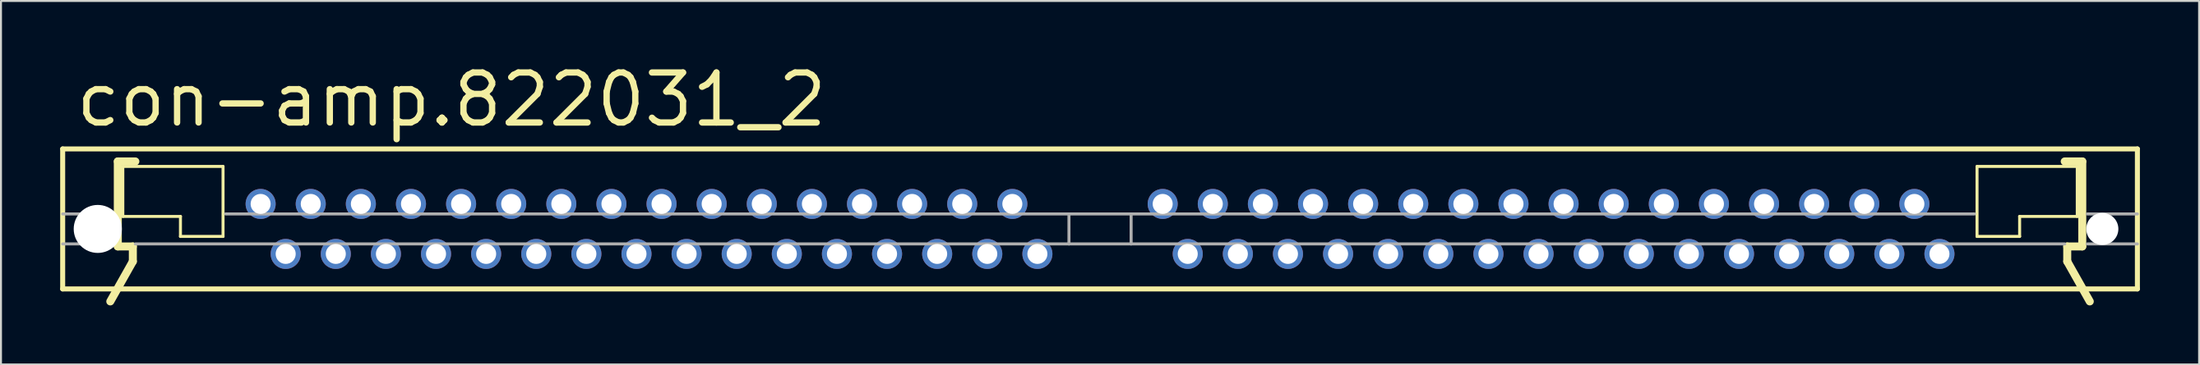
<source format=kicad_pcb>
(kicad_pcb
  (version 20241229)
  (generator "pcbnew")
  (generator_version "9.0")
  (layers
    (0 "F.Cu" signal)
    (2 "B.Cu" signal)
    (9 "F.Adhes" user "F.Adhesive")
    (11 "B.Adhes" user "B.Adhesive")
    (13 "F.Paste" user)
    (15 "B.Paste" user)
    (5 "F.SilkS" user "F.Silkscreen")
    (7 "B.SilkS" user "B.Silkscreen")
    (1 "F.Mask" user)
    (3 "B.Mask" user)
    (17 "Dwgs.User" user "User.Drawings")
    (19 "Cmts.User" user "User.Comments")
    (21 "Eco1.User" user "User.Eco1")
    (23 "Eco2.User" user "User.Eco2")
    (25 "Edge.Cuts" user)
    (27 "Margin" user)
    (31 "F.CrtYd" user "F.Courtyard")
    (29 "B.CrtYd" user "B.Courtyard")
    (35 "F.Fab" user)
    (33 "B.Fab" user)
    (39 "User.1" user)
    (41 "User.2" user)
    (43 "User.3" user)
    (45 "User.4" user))
  (footprint "con-amp.822031_2"
    (layer "F.Cu")
    (at 52.705 8.58)
    (property "Reference" "con-amp.822031_2" (at -52.07 -5.08 0) (layer "F.SilkS") (effects (font (size 2.54 2.54) (thickness 0.32)) (justify left bottom)))
    (attr through_hole)
    (fp_line (start -52.578 -4.064) (end 52.578 -4.064) (stroke (width 0.254) (type default)) (layer "F.SilkS"))
    (fp_line (start -52.578 3.048) (end -52.578 -4.064) (stroke (width 0.254) (type default)) (layer "F.SilkS"))
    (fp_line (start -49.784 -3.429) (end -49.784 0.889) (stroke (width 0.406) (type default)) (layer "F.SilkS"))
    (fp_line (start -49.784 0.889) (end -49.022 0.889) (stroke (width 0.406) (type default)) (layer "F.SilkS"))
    (fp_line (start -49.53 -3.175) (end -49.53 -0.635) (stroke (width 0.152) (type default)) (layer "F.SilkS"))
    (fp_line (start -49.022 0.889) (end -49.022 1.651) (stroke (width 0.406) (type default)) (layer "F.SilkS"))
    (fp_line (start -49.022 1.651) (end -50.165 3.683) (stroke (width 0.406) (type default)) (layer "F.SilkS"))
    (fp_line (start -48.895 -3.429) (end -49.784 -3.429) (stroke (width 0.406) (type default)) (layer "F.SilkS"))
    (fp_line (start -46.609 -0.635) (end -49.53 -0.635) (stroke (width 0.152) (type default)) (layer "F.SilkS"))
    (fp_line (start -46.609 0.381) (end -46.609 -0.635) (stroke (width 0.152) (type default)) (layer "F.SilkS"))
    (fp_line (start -46.609 0.381) (end -44.45 0.381) (stroke (width 0.152) (type default)) (layer "F.SilkS"))
    (fp_line (start -44.45 -3.175) (end -49.53 -3.175) (stroke (width 0.152) (type default)) (layer "F.SilkS"))
    (fp_line (start -44.45 0.381) (end -44.45 -3.175) (stroke (width 0.152) (type default)) (layer "F.SilkS"))
    (fp_line (start 44.45 -3.175) (end 49.53 -3.175) (stroke (width 0.152) (type default)) (layer "F.SilkS"))
    (fp_line (start 44.45 0.381) (end 44.45 -3.175) (stroke (width 0.152) (type default)) (layer "F.SilkS"))
    (fp_line (start 46.609 -0.635) (end 49.53 -0.635) (stroke (width 0.152) (type default)) (layer "F.SilkS"))
    (fp_line (start 46.609 0.381) (end 44.45 0.381) (stroke (width 0.152) (type default)) (layer "F.SilkS"))
    (fp_line (start 46.609 0.381) (end 46.609 -0.635) (stroke (width 0.152) (type default)) (layer "F.SilkS"))
    (fp_line (start 48.895 -3.429) (end 49.784 -3.429) (stroke (width 0.406) (type default)) (layer "F.SilkS"))
    (fp_line (start 49.022 0.889) (end 49.022 1.651) (stroke (width 0.406) (type default)) (layer "F.SilkS"))
    (fp_line (start 49.022 1.651) (end 50.165 3.683) (stroke (width 0.406) (type default)) (layer "F.SilkS"))
    (fp_line (start 49.53 -3.175) (end 49.53 -0.635) (stroke (width 0.152) (type default)) (layer "F.SilkS"))
    (fp_line (start 49.784 -3.429) (end 49.784 0.889) (stroke (width 0.406) (type default)) (layer "F.SilkS"))
    (fp_line (start 49.784 0.889) (end 49.022 0.889) (stroke (width 0.406) (type default)) (layer "F.SilkS"))
    (fp_line (start 52.578 -4.064) (end 52.578 3.048) (stroke (width 0.254) (type default)) (layer "F.SilkS"))
    (fp_line (start 52.578 3.048) (end -52.578 3.048) (stroke (width 0.254) (type default)) (layer "F.SilkS"))
    (fp_line (start -52.578 -0.762) (end -50.038 -0.762) (stroke (width 0.152) (type default)) (layer "F.Fab"))
    (fp_line (start -52.578 0.762) (end -50.038 0.762) (stroke (width 0.152) (type default)) (layer "F.Fab"))
    (fp_line (start -48.895 0.762) (end -1.575 0.762) (stroke (width 0.152) (type default)) (layer "F.Fab"))
    (fp_line (start -44.323 -0.762) (end -1.575 -0.762) (stroke (width 0.152) (type default)) (layer "F.Fab"))
    (fp_line (start -1.575 -0.762) (end 1.575 -0.762) (stroke (width 0.152) (type default)) (layer "F.Fab"))
    (fp_line (start -1.575 0.762) (end -1.575 -0.762) (stroke (width 0.152) (type default)) (layer "F.Fab"))
    (fp_line (start -1.575 0.762) (end 1.575 0.762) (stroke (width 0.152) (type default)) (layer "F.Fab"))
    (fp_line (start 1.575 0.762) (end 1.575 -0.762) (stroke (width 0.152) (type default)) (layer "F.Fab"))
    (fp_line (start 44.323 -0.762) (end 1.575 -0.762) (stroke (width 0.152) (type default)) (layer "F.Fab"))
    (fp_line (start 48.895 0.762) (end 1.575 0.762) (stroke (width 0.152) (type default)) (layer "F.Fab"))
    (fp_line (start 52.578 -0.762) (end 50.038 -0.762) (stroke (width 0.152) (type default)) (layer "F.Fab"))
    (fp_line (start 52.578 0.762) (end 50.038 0.762) (stroke (width 0.152) (type default)) (layer "F.Fab"))
    (pad "" np_thru_hole circle (at -50.8 0) (size 2.438 2.438) (drill 2.438) (layers "*.Cu" "*.Mask"))
    (pad "" np_thru_hole circle (at 50.8 0) (size 1.626 1.626) (drill 1.626) (layers "*.Cu" "*.Mask"))
    (pad "1" thru_hole circle (at 42.545 1.27) (size 1.524 1.524) (drill 1.016) (layers "*.Cu" "*.Mask"))
    (pad "2" thru_hole circle (at 41.275 -1.27) (size 1.524 1.524) (drill 1.016) (layers "*.Cu" "*.Mask"))
    (pad "3" thru_hole circle (at 40.005 1.27) (size 1.524 1.524) (drill 1.016) (layers "*.Cu" "*.Mask"))
    (pad "4" thru_hole circle (at 38.735 -1.27) (size 1.524 1.524) (drill 1.016) (layers "*.Cu" "*.Mask"))
    (pad "5" thru_hole circle (at 37.465 1.27) (size 1.524 1.524) (drill 1.016) (layers "*.Cu" "*.Mask"))
    (pad "6" thru_hole circle (at 36.195 -1.27) (size 1.524 1.524) (drill 1.016) (layers "*.Cu" "*.Mask"))
    (pad "7" thru_hole circle (at 34.925 1.27) (size 1.524 1.524) (drill 1.016) (layers "*.Cu" "*.Mask"))
    (pad "8" thru_hole circle (at 33.655 -1.27) (size 1.524 1.524) (drill 1.016) (layers "*.Cu" "*.Mask"))
    (pad "9" thru_hole circle (at 32.385 1.27) (size 1.524 1.524) (drill 1.016) (layers "*.Cu" "*.Mask"))
    (pad "10" thru_hole circle (at 31.115 -1.27) (size 1.524 1.524) (drill 1.016) (layers "*.Cu" "*.Mask"))
    (pad "11" thru_hole circle (at 29.845 1.27) (size 1.524 1.524) (drill 1.016) (layers "*.Cu" "*.Mask"))
    (pad "12" thru_hole circle (at 28.575 -1.27) (size 1.524 1.524) (drill 1.016) (layers "*.Cu" "*.Mask"))
    (pad "13" thru_hole circle (at 27.305 1.27) (size 1.524 1.524) (drill 1.016) (layers "*.Cu" "*.Mask"))
    (pad "14" thru_hole circle (at 26.035 -1.27) (size 1.524 1.524) (drill 1.016) (layers "*.Cu" "*.Mask"))
    (pad "15" thru_hole circle (at 24.765 1.27) (size 1.524 1.524) (drill 1.016) (layers "*.Cu" "*.Mask"))
    (pad "16" thru_hole circle (at 23.495 -1.27) (size 1.524 1.524) (drill 1.016) (layers "*.Cu" "*.Mask"))
    (pad "17" thru_hole circle (at 22.225 1.27) (size 1.524 1.524) (drill 1.016) (layers "*.Cu" "*.Mask"))
    (pad "18" thru_hole circle (at 20.955 -1.27) (size 1.524 1.524) (drill 1.016) (layers "*.Cu" "*.Mask"))
    (pad "19" thru_hole circle (at 19.685 1.27) (size 1.524 1.524) (drill 1.016) (layers "*.Cu" "*.Mask"))
    (pad "20" thru_hole circle (at 18.415 -1.27) (size 1.524 1.524) (drill 1.016) (layers "*.Cu" "*.Mask"))
    (pad "21" thru_hole circle (at 17.145 1.27) (size 1.524 1.524) (drill 1.016) (layers "*.Cu" "*.Mask"))
    (pad "22" thru_hole circle (at 15.875 -1.27) (size 1.524 1.524) (drill 1.016) (layers "*.Cu" "*.Mask"))
    (pad "23" thru_hole circle (at 14.605 1.27) (size 1.524 1.524) (drill 1.016) (layers "*.Cu" "*.Mask"))
    (pad "24" thru_hole circle (at 13.335 -1.27) (size 1.524 1.524) (drill 1.016) (layers "*.Cu" "*.Mask"))
    (pad "25" thru_hole circle (at 12.065 1.27) (size 1.524 1.524) (drill 1.016) (layers "*.Cu" "*.Mask"))
    (pad "26" thru_hole circle (at 10.795 -1.27) (size 1.524 1.524) (drill 1.016) (layers "*.Cu" "*.Mask"))
    (pad "27" thru_hole circle (at 9.525 1.27) (size 1.524 1.524) (drill 1.016) (layers "*.Cu" "*.Mask"))
    (pad "28" thru_hole circle (at 8.255 -1.27) (size 1.524 1.524) (drill 1.016) (layers "*.Cu" "*.Mask"))
    (pad "29" thru_hole circle (at 6.985 1.27) (size 1.524 1.524) (drill 1.016) (layers "*.Cu" "*.Mask"))
    (pad "30" thru_hole circle (at 5.715 -1.27) (size 1.524 1.524) (drill 1.016) (layers "*.Cu" "*.Mask"))
    (pad "31" thru_hole circle (at 4.445 1.27) (size 1.524 1.524) (drill 1.016) (layers "*.Cu" "*.Mask"))
    (pad "32" thru_hole circle (at 3.175 -1.27) (size 1.524 1.524) (drill 1.016) (layers "*.Cu" "*.Mask"))
    (pad "33" thru_hole circle (at -3.175 1.27) (size 1.524 1.524) (drill 1.016) (layers "*.Cu" "*.Mask"))
    (pad "34" thru_hole circle (at -4.445 -1.27) (size 1.524 1.524) (drill 1.016) (layers "*.Cu" "*.Mask"))
    (pad "35" thru_hole circle (at -5.715 1.27) (size 1.524 1.524) (drill 1.016) (layers "*.Cu" "*.Mask"))
    (pad "36" thru_hole circle (at -6.985 -1.27) (size 1.524 1.524) (drill 1.016) (layers "*.Cu" "*.Mask"))
    (pad "37" thru_hole circle (at -8.255 1.27) (size 1.524 1.524) (drill 1.016) (layers "*.Cu" "*.Mask"))
    (pad "38" thru_hole circle (at -9.525 -1.27) (size 1.524 1.524) (drill 1.016) (layers "*.Cu" "*.Mask"))
    (pad "39" thru_hole circle (at -10.795 1.27) (size 1.524 1.524) (drill 1.016) (layers "*.Cu" "*.Mask"))
    (pad "40" thru_hole circle (at -12.065 -1.27) (size 1.524 1.524) (drill 1.016) (layers "*.Cu" "*.Mask"))
    (pad "41" thru_hole circle (at -13.335 1.27) (size 1.524 1.524) (drill 1.016) (layers "*.Cu" "*.Mask"))
    (pad "42" thru_hole circle (at -14.605 -1.27) (size 1.524 1.524) (drill 1.016) (layers "*.Cu" "*.Mask"))
    (pad "43" thru_hole circle (at -15.875 1.27) (size 1.524 1.524) (drill 1.016) (layers "*.Cu" "*.Mask"))
    (pad "44" thru_hole circle (at -17.145 -1.27) (size 1.524 1.524) (drill 1.016) (layers "*.Cu" "*.Mask"))
    (pad "45" thru_hole circle (at -18.415 1.27) (size 1.524 1.524) (drill 1.016) (layers "*.Cu" "*.Mask"))
    (pad "46" thru_hole circle (at -19.685 -1.27) (size 1.524 1.524) (drill 1.016) (layers "*.Cu" "*.Mask"))
    (pad "47" thru_hole circle (at -20.955 1.27) (size 1.524 1.524) (drill 1.016) (layers "*.Cu" "*.Mask"))
    (pad "48" thru_hole circle (at -22.225 -1.27) (size 1.524 1.524) (drill 1.016) (layers "*.Cu" "*.Mask"))
    (pad "49" thru_hole circle (at -23.495 1.27) (size 1.524 1.524) (drill 1.016) (layers "*.Cu" "*.Mask"))
    (pad "50" thru_hole circle (at -24.765 -1.27) (size 1.524 1.524) (drill 1.016) (layers "*.Cu" "*.Mask"))
    (pad "51" thru_hole circle (at -26.035 1.27) (size 1.524 1.524) (drill 1.016) (layers "*.Cu" "*.Mask"))
    (pad "52" thru_hole circle (at -27.305 -1.27) (size 1.524 1.524) (drill 1.016) (layers "*.Cu" "*.Mask"))
    (pad "53" thru_hole circle (at -28.575 1.27) (size 1.524 1.524) (drill 1.016) (layers "*.Cu" "*.Mask"))
    (pad "54" thru_hole circle (at -29.845 -1.27) (size 1.524 1.524) (drill 1.016) (layers "*.Cu" "*.Mask"))
    (pad "55" thru_hole circle (at -31.115 1.27) (size 1.524 1.524) (drill 1.016) (layers "*.Cu" "*.Mask"))
    (pad "56" thru_hole circle (at -32.385 -1.27) (size 1.524 1.524) (drill 1.016) (layers "*.Cu" "*.Mask"))
    (pad "57" thru_hole circle (at -33.655 1.27) (size 1.524 1.524) (drill 1.016) (layers "*.Cu" "*.Mask"))
    (pad "58" thru_hole circle (at -34.925 -1.27) (size 1.524 1.524) (drill 1.016) (layers "*.Cu" "*.Mask"))
    (pad "59" thru_hole circle (at -36.195 1.27) (size 1.524 1.524) (drill 1.016) (layers "*.Cu" "*.Mask"))
    (pad "60" thru_hole circle (at -37.465 -1.27) (size 1.524 1.524) (drill 1.016) (layers "*.Cu" "*.Mask"))
    (pad "61" thru_hole circle (at -38.735 1.27) (size 1.524 1.524) (drill 1.016) (layers "*.Cu" "*.Mask"))
    (pad "62" thru_hole circle (at -40.005 -1.27) (size 1.524 1.524) (drill 1.016) (layers "*.Cu" "*.Mask"))
    (pad "63" thru_hole circle (at -41.275 1.27) (size 1.524 1.524) (drill 1.016) (layers "*.Cu" "*.Mask"))
    (pad "64" thru_hole circle (at -42.545 -1.27) (size 1.524 1.524) (drill 1.016) (layers "*.Cu" "*.Mask")))
  (gr_rect
    (start -3 -3)
    (end 108.41 15.466)
    (stroke (width 0.1) (type default))
    (fill no)
    (layer "Edge.Cuts")))
</source>
